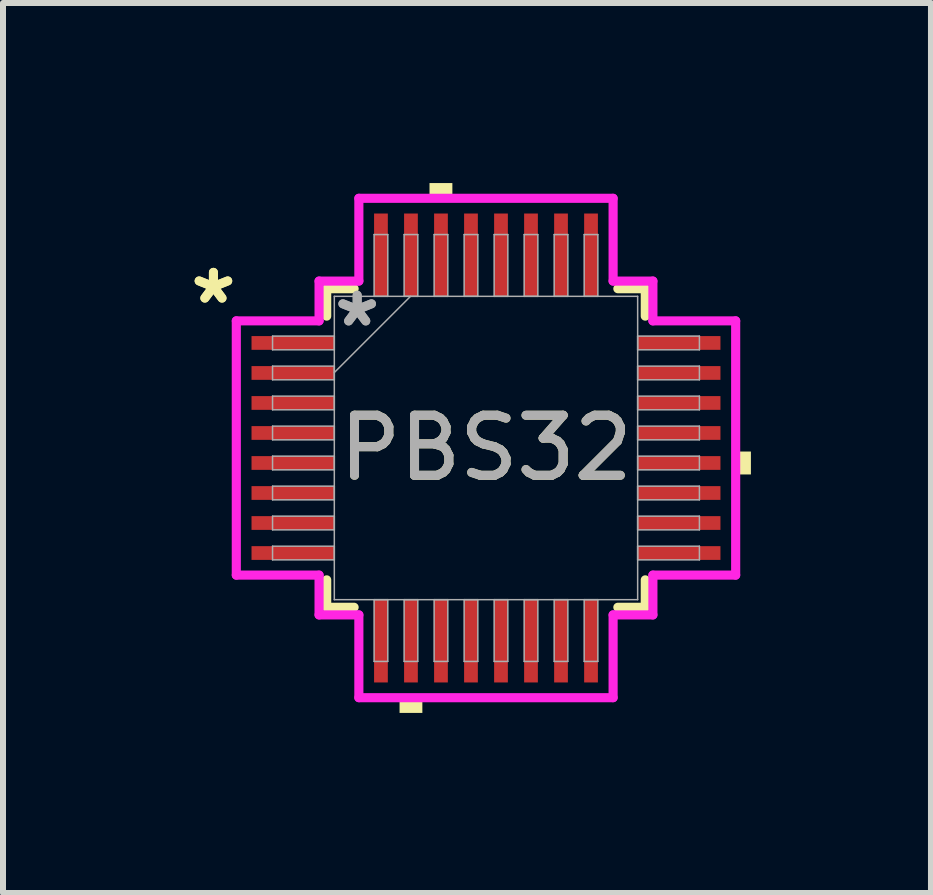
<source format=kicad_pcb>
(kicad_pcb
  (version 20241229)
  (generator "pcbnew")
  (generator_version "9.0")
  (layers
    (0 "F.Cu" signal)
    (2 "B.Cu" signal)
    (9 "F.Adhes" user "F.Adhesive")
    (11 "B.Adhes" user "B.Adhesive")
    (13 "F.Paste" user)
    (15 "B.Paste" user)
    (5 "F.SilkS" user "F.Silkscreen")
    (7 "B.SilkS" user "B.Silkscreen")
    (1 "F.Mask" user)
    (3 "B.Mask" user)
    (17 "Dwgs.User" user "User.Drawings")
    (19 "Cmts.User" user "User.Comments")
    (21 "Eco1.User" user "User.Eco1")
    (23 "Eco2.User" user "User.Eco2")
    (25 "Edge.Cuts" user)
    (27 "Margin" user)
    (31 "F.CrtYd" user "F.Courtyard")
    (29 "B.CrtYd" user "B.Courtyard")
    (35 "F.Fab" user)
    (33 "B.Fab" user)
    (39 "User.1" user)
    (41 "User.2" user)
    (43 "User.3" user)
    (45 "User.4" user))
  (footprint "PBS32"
    (layer "F.Cu")
    (at 5.047 4.414)
    (property "Reference" "PBS32" (at 0 0 0) (unlocked yes) (layer "F.SilkS") (effects (font (size 1 1) (thickness 0.15))))
    (attr smd)
    (fp_line (start -2.654 -2.654) (end -2.654 -2.197) (stroke (width 0.152) (type solid)) (layer "F.SilkS"))
    (fp_line (start -2.654 2.197) (end -2.654 2.654) (stroke (width 0.152) (type solid)) (layer "F.SilkS"))
    (fp_line (start -2.654 2.654) (end -2.197 2.654) (stroke (width 0.152) (type solid)) (layer "F.SilkS"))
    (fp_line (start -2.197 -2.654) (end -2.654 -2.654) (stroke (width 0.152) (type solid)) (layer "F.SilkS"))
    (fp_line (start 2.197 2.654) (end 2.654 2.654) (stroke (width 0.152) (type solid)) (layer "F.SilkS"))
    (fp_line (start 2.654 -2.654) (end 2.197 -2.654) (stroke (width 0.152) (type solid)) (layer "F.SilkS"))
    (fp_line (start 2.654 -2.197) (end 2.654 -2.654) (stroke (width 0.152) (type solid)) (layer "F.SilkS"))
    (fp_line (start 2.654 2.654) (end 2.654 2.197) (stroke (width 0.152) (type solid)) (layer "F.SilkS"))
    (fp_poly (pts (xy -1.44 4.16) (xy -1.44 4.414) (xy -1.06 4.414) (xy -1.06 4.16)) (stroke (width 0) (type solid)) (fill yes) (layer "F.SilkS"))
    (fp_poly (pts (xy -0.941 -4.16) (xy -0.941 -4.414) (xy -0.56 -4.414) (xy -0.56 -4.16)) (stroke (width 0) (type solid)) (fill yes) (layer "F.SilkS"))
    (fp_poly (pts (xy 4.414 0.059) (xy 4.414 0.441) (xy 4.16 0.441) (xy 4.16 0.059)) (stroke (width 0) (type solid)) (fill yes) (layer "F.SilkS"))
    (fp_line (start -4.16 -2.118) (end -2.781 -2.118) (stroke (width 0.152) (type solid)) (layer "F.CrtYd"))
    (fp_line (start -4.16 2.118) (end -4.16 -2.118) (stroke (width 0.152) (type solid)) (layer "F.CrtYd"))
    (fp_line (start -2.781 -2.781) (end -2.118 -2.781) (stroke (width 0.152) (type solid)) (layer "F.CrtYd"))
    (fp_line (start -2.781 -2.118) (end -2.781 -2.781) (stroke (width 0.152) (type solid)) (layer "F.CrtYd"))
    (fp_line (start -2.781 2.118) (end -4.16 2.118) (stroke (width 0.152) (type solid)) (layer "F.CrtYd"))
    (fp_line (start -2.781 2.781) (end -2.781 2.118) (stroke (width 0.152) (type solid)) (layer "F.CrtYd"))
    (fp_line (start -2.781 2.781) (end -2.118 2.781) (stroke (width 0.152) (type solid)) (layer "F.CrtYd"))
    (fp_line (start -2.118 -4.16) (end 2.118 -4.16) (stroke (width 0.152) (type solid)) (layer "F.CrtYd"))
    (fp_line (start -2.118 -2.781) (end -2.118 -4.16) (stroke (width 0.152) (type solid)) (layer "F.CrtYd"))
    (fp_line (start -2.118 2.781) (end -2.118 4.16) (stroke (width 0.152) (type solid)) (layer "F.CrtYd"))
    (fp_line (start -2.118 4.16) (end 2.118 4.16) (stroke (width 0.152) (type solid)) (layer "F.CrtYd"))
    (fp_line (start 2.118 -4.16) (end 2.118 -2.781) (stroke (width 0.152) (type solid)) (layer "F.CrtYd"))
    (fp_line (start 2.118 -2.781) (end 2.781 -2.781) (stroke (width 0.152) (type solid)) (layer "F.CrtYd"))
    (fp_line (start 2.118 2.781) (end 2.781 2.781) (stroke (width 0.152) (type solid)) (layer "F.CrtYd"))
    (fp_line (start 2.118 4.16) (end 2.118 2.781) (stroke (width 0.152) (type solid)) (layer "F.CrtYd"))
    (fp_line (start 2.781 -2.118) (end 2.781 -2.781) (stroke (width 0.152) (type solid)) (layer "F.CrtYd"))
    (fp_line (start 2.781 2.118) (end 4.16 2.118) (stroke (width 0.152) (type solid)) (layer "F.CrtYd"))
    (fp_line (start 2.781 2.781) (end 2.781 2.118) (stroke (width 0.152) (type solid)) (layer "F.CrtYd"))
    (fp_line (start 4.16 -2.118) (end 2.781 -2.118) (stroke (width 0.152) (type solid)) (layer "F.CrtYd"))
    (fp_line (start 4.16 2.118) (end 4.16 -2.118) (stroke (width 0.152) (type solid)) (layer "F.CrtYd"))
    (fp_line (start -3.556 -1.864) (end -3.556 -1.636) (stroke (width 0.025) (type solid)) (layer "F.Fab"))
    (fp_line (start -3.556 -1.636) (end -2.527 -1.636) (stroke (width 0.025) (type solid)) (layer "F.Fab"))
    (fp_line (start -3.556 -1.364) (end -3.556 -1.136) (stroke (width 0.025) (type solid)) (layer "F.Fab"))
    (fp_line (start -3.556 -1.136) (end -2.527 -1.136) (stroke (width 0.025) (type solid)) (layer "F.Fab"))
    (fp_line (start -3.556 -0.864) (end -3.556 -0.636) (stroke (width 0.025) (type solid)) (layer "F.Fab"))
    (fp_line (start -3.556 -0.636) (end -2.527 -0.636) (stroke (width 0.025) (type solid)) (layer "F.Fab"))
    (fp_line (start -3.556 -0.364) (end -3.556 -0.136) (stroke (width 0.025) (type solid)) (layer "F.Fab"))
    (fp_line (start -3.556 -0.136) (end -2.527 -0.136) (stroke (width 0.025) (type solid)) (layer "F.Fab"))
    (fp_line (start -3.556 0.136) (end -3.556 0.364) (stroke (width 0.025) (type solid)) (layer "F.Fab"))
    (fp_line (start -3.556 0.364) (end -2.527 0.364) (stroke (width 0.025) (type solid)) (layer "F.Fab"))
    (fp_line (start -3.556 0.636) (end -3.556 0.864) (stroke (width 0.025) (type solid)) (layer "F.Fab"))
    (fp_line (start -3.556 0.864) (end -2.527 0.864) (stroke (width 0.025) (type solid)) (layer "F.Fab"))
    (fp_line (start -3.556 1.136) (end -3.556 1.364) (stroke (width 0.025) (type solid)) (layer "F.Fab"))
    (fp_line (start -3.556 1.364) (end -2.527 1.364) (stroke (width 0.025) (type solid)) (layer "F.Fab"))
    (fp_line (start -3.556 1.636) (end -3.556 1.864) (stroke (width 0.025) (type solid)) (layer "F.Fab"))
    (fp_line (start -3.556 1.864) (end -2.527 1.864) (stroke (width 0.025) (type solid)) (layer "F.Fab"))
    (fp_line (start -2.527 -2.527) (end -2.527 2.527) (stroke (width 0.025) (type solid)) (layer "F.Fab"))
    (fp_line (start -2.527 -1.864) (end -3.556 -1.864) (stroke (width 0.025) (type solid)) (layer "F.Fab"))
    (fp_line (start -2.527 -1.636) (end -2.527 -1.864) (stroke (width 0.025) (type solid)) (layer "F.Fab"))
    (fp_line (start -2.527 -1.364) (end -3.556 -1.364) (stroke (width 0.025) (type solid)) (layer "F.Fab"))
    (fp_line (start -2.527 -1.257) (end -1.257 -2.527) (stroke (width 0.025) (type solid)) (layer "F.Fab"))
    (fp_line (start -2.527 -1.136) (end -2.527 -1.364) (stroke (width 0.025) (type solid)) (layer "F.Fab"))
    (fp_line (start -2.527 -0.864) (end -3.556 -0.864) (stroke (width 0.025) (type solid)) (layer "F.Fab"))
    (fp_line (start -2.527 -0.636) (end -2.527 -0.864) (stroke (width 0.025) (type solid)) (layer "F.Fab"))
    (fp_line (start -2.527 -0.364) (end -3.556 -0.364) (stroke (width 0.025) (type solid)) (layer "F.Fab"))
    (fp_line (start -2.527 -0.136) (end -2.527 -0.364) (stroke (width 0.025) (type solid)) (layer "F.Fab"))
    (fp_line (start -2.527 0.136) (end -3.556 0.136) (stroke (width 0.025) (type solid)) (layer "F.Fab"))
    (fp_line (start -2.527 0.364) (end -2.527 0.136) (stroke (width 0.025) (type solid)) (layer "F.Fab"))
    (fp_line (start -2.527 0.636) (end -3.556 0.636) (stroke (width 0.025) (type solid)) (layer "F.Fab"))
    (fp_line (start -2.527 0.864) (end -2.527 0.636) (stroke (width 0.025) (type solid)) (layer "F.Fab"))
    (fp_line (start -2.527 1.136) (end -3.556 1.136) (stroke (width 0.025) (type solid)) (layer "F.Fab"))
    (fp_line (start -2.527 1.364) (end -2.527 1.136) (stroke (width 0.025) (type solid)) (layer "F.Fab"))
    (fp_line (start -2.527 1.636) (end -3.556 1.636) (stroke (width 0.025) (type solid)) (layer "F.Fab"))
    (fp_line (start -2.527 1.864) (end -2.527 1.636) (stroke (width 0.025) (type solid)) (layer "F.Fab"))
    (fp_line (start -2.527 2.527) (end 2.527 2.527) (stroke (width 0.025) (type solid)) (layer "F.Fab"))
    (fp_line (start -1.864 -3.556) (end -1.864 -2.527) (stroke (width 0.025) (type solid)) (layer "F.Fab"))
    (fp_line (start -1.864 -2.527) (end -1.636 -2.527) (stroke (width 0.025) (type solid)) (layer "F.Fab"))
    (fp_line (start -1.864 2.527) (end -1.864 3.556) (stroke (width 0.025) (type solid)) (layer "F.Fab"))
    (fp_line (start -1.864 3.556) (end -1.636 3.556) (stroke (width 0.025) (type solid)) (layer "F.Fab"))
    (fp_line (start -1.636 -3.556) (end -1.864 -3.556) (stroke (width 0.025) (type solid)) (layer "F.Fab"))
    (fp_line (start -1.636 -2.527) (end -1.636 -3.556) (stroke (width 0.025) (type solid)) (layer "F.Fab"))
    (fp_line (start -1.636 2.527) (end -1.864 2.527) (stroke (width 0.025) (type solid)) (layer "F.Fab"))
    (fp_line (start -1.636 3.556) (end -1.636 2.527) (stroke (width 0.025) (type solid)) (layer "F.Fab"))
    (fp_line (start -1.364 -3.556) (end -1.364 -2.527) (stroke (width 0.025) (type solid)) (layer "F.Fab"))
    (fp_line (start -1.364 -2.527) (end -1.136 -2.527) (stroke (width 0.025) (type solid)) (layer "F.Fab"))
    (fp_line (start -1.364 2.527) (end -1.364 3.556) (stroke (width 0.025) (type solid)) (layer "F.Fab"))
    (fp_line (start -1.364 3.556) (end -1.136 3.556) (stroke (width 0.025) (type solid)) (layer "F.Fab"))
    (fp_line (start -1.136 -3.556) (end -1.364 -3.556) (stroke (width 0.025) (type solid)) (layer "F.Fab"))
    (fp_line (start -1.136 -2.527) (end -1.136 -3.556) (stroke (width 0.025) (type solid)) (layer "F.Fab"))
    (fp_line (start -1.136 2.527) (end -1.364 2.527) (stroke (width 0.025) (type solid)) (layer "F.Fab"))
    (fp_line (start -1.136 3.556) (end -1.136 2.527) (stroke (width 0.025) (type solid)) (layer "F.Fab"))
    (fp_line (start -0.864 -3.556) (end -0.864 -2.527) (stroke (width 0.025) (type solid)) (layer "F.Fab"))
    (fp_line (start -0.864 -2.527) (end -0.636 -2.527) (stroke (width 0.025) (type solid)) (layer "F.Fab"))
    (fp_line (start -0.864 2.527) (end -0.864 3.556) (stroke (width 0.025) (type solid)) (layer "F.Fab"))
    (fp_line (start -0.864 3.556) (end -0.636 3.556) (stroke (width 0.025) (type solid)) (layer "F.Fab"))
    (fp_line (start -0.636 -3.556) (end -0.864 -3.556) (stroke (width 0.025) (type solid)) (layer "F.Fab"))
    (fp_line (start -0.636 -2.527) (end -0.636 -3.556) (stroke (width 0.025) (type solid)) (layer "F.Fab"))
    (fp_line (start -0.636 2.527) (end -0.864 2.527) (stroke (width 0.025) (type solid)) (layer "F.Fab"))
    (fp_line (start -0.636 3.556) (end -0.636 2.527) (stroke (width 0.025) (type solid)) (layer "F.Fab"))
    (fp_line (start -0.364 -3.556) (end -0.364 -2.527) (stroke (width 0.025) (type solid)) (layer "F.Fab"))
    (fp_line (start -0.364 -2.527) (end -0.136 -2.527) (stroke (width 0.025) (type solid)) (layer "F.Fab"))
    (fp_line (start -0.364 2.527) (end -0.364 3.556) (stroke (width 0.025) (type solid)) (layer "F.Fab"))
    (fp_line (start -0.364 3.556) (end -0.136 3.556) (stroke (width 0.025) (type solid)) (layer "F.Fab"))
    (fp_line (start -0.136 -3.556) (end -0.364 -3.556) (stroke (width 0.025) (type solid)) (layer "F.Fab"))
    (fp_line (start -0.136 -2.527) (end -0.136 -3.556) (stroke (width 0.025) (type solid)) (layer "F.Fab"))
    (fp_line (start -0.136 2.527) (end -0.364 2.527) (stroke (width 0.025) (type solid)) (layer "F.Fab"))
    (fp_line (start -0.136 3.556) (end -0.136 2.527) (stroke (width 0.025) (type solid)) (layer "F.Fab"))
    (fp_line (start 0.136 -3.556) (end 0.136 -2.527) (stroke (width 0.025) (type solid)) (layer "F.Fab"))
    (fp_line (start 0.136 -2.527) (end 0.364 -2.527) (stroke (width 0.025) (type solid)) (layer "F.Fab"))
    (fp_line (start 0.136 2.527) (end 0.136 3.556) (stroke (width 0.025) (type solid)) (layer "F.Fab"))
    (fp_line (start 0.136 3.556) (end 0.364 3.556) (stroke (width 0.025) (type solid)) (layer "F.Fab"))
    (fp_line (start 0.364 -3.556) (end 0.136 -3.556) (stroke (width 0.025) (type solid)) (layer "F.Fab"))
    (fp_line (start 0.364 -2.527) (end 0.364 -3.556) (stroke (width 0.025) (type solid)) (layer "F.Fab"))
    (fp_line (start 0.364 2.527) (end 0.136 2.527) (stroke (width 0.025) (type solid)) (layer "F.Fab"))
    (fp_line (start 0.364 3.556) (end 0.364 2.527) (stroke (width 0.025) (type solid)) (layer "F.Fab"))
    (fp_line (start 0.636 -3.556) (end 0.636 -2.527) (stroke (width 0.025) (type solid)) (layer "F.Fab"))
    (fp_line (start 0.636 -2.527) (end 0.864 -2.527) (stroke (width 0.025) (type solid)) (layer "F.Fab"))
    (fp_line (start 0.636 2.527) (end 0.636 3.556) (stroke (width 0.025) (type solid)) (layer "F.Fab"))
    (fp_line (start 0.636 3.556) (end 0.864 3.556) (stroke (width 0.025) (type solid)) (layer "F.Fab"))
    (fp_line (start 0.864 -3.556) (end 0.636 -3.556) (stroke (width 0.025) (type solid)) (layer "F.Fab"))
    (fp_line (start 0.864 -2.527) (end 0.864 -3.556) (stroke (width 0.025) (type solid)) (layer "F.Fab"))
    (fp_line (start 0.864 2.527) (end 0.636 2.527) (stroke (width 0.025) (type solid)) (layer "F.Fab"))
    (fp_line (start 0.864 3.556) (end 0.864 2.527) (stroke (width 0.025) (type solid)) (layer "F.Fab"))
    (fp_line (start 1.136 -3.556) (end 1.136 -2.527) (stroke (width 0.025) (type solid)) (layer "F.Fab"))
    (fp_line (start 1.136 -2.527) (end 1.364 -2.527) (stroke (width 0.025) (type solid)) (layer "F.Fab"))
    (fp_line (start 1.136 2.527) (end 1.136 3.556) (stroke (width 0.025) (type solid)) (layer "F.Fab"))
    (fp_line (start 1.136 3.556) (end 1.364 3.556) (stroke (width 0.025) (type solid)) (layer "F.Fab"))
    (fp_line (start 1.364 -3.556) (end 1.136 -3.556) (stroke (width 0.025) (type solid)) (layer "F.Fab"))
    (fp_line (start 1.364 -2.527) (end 1.364 -3.556) (stroke (width 0.025) (type solid)) (layer "F.Fab"))
    (fp_line (start 1.364 2.527) (end 1.136 2.527) (stroke (width 0.025) (type solid)) (layer "F.Fab"))
    (fp_line (start 1.364 3.556) (end 1.364 2.527) (stroke (width 0.025) (type solid)) (layer "F.Fab"))
    (fp_line (start 1.636 -3.556) (end 1.636 -2.527) (stroke (width 0.025) (type solid)) (layer "F.Fab"))
    (fp_line (start 1.636 -2.527) (end 1.864 -2.527) (stroke (width 0.025) (type solid)) (layer "F.Fab"))
    (fp_line (start 1.636 2.527) (end 1.636 3.556) (stroke (width 0.025) (type solid)) (layer "F.Fab"))
    (fp_line (start 1.636 3.556) (end 1.864 3.556) (stroke (width 0.025) (type solid)) (layer "F.Fab"))
    (fp_line (start 1.864 -3.556) (end 1.636 -3.556) (stroke (width 0.025) (type solid)) (layer "F.Fab"))
    (fp_line (start 1.864 -2.527) (end 1.864 -3.556) (stroke (width 0.025) (type solid)) (layer "F.Fab"))
    (fp_line (start 1.864 2.527) (end 1.636 2.527) (stroke (width 0.025) (type solid)) (layer "F.Fab"))
    (fp_line (start 1.864 3.556) (end 1.864 2.527) (stroke (width 0.025) (type solid)) (layer "F.Fab"))
    (fp_line (start 2.527 -2.527) (end -2.527 -2.527) (stroke (width 0.025) (type solid)) (layer "F.Fab"))
    (fp_line (start 2.527 -1.864) (end 2.527 -1.636) (stroke (width 0.025) (type solid)) (layer "F.Fab"))
    (fp_line (start 2.527 -1.636) (end 3.556 -1.636) (stroke (width 0.025) (type solid)) (layer "F.Fab"))
    (fp_line (start 2.527 -1.364) (end 2.527 -1.136) (stroke (width 0.025) (type solid)) (layer "F.Fab"))
    (fp_line (start 2.527 -1.136) (end 3.556 -1.136) (stroke (width 0.025) (type solid)) (layer "F.Fab"))
    (fp_line (start 2.527 -0.864) (end 2.527 -0.636) (stroke (width 0.025) (type solid)) (layer "F.Fab"))
    (fp_line (start 2.527 -0.636) (end 3.556 -0.636) (stroke (width 0.025) (type solid)) (layer "F.Fab"))
    (fp_line (start 2.527 -0.364) (end 2.527 -0.136) (stroke (width 0.025) (type solid)) (layer "F.Fab"))
    (fp_line (start 2.527 -0.136) (end 3.556 -0.136) (stroke (width 0.025) (type solid)) (layer "F.Fab"))
    (fp_line (start 2.527 0.136) (end 2.527 0.364) (stroke (width 0.025) (type solid)) (layer "F.Fab"))
    (fp_line (start 2.527 0.364) (end 3.556 0.364) (stroke (width 0.025) (type solid)) (layer "F.Fab"))
    (fp_line (start 2.527 0.636) (end 2.527 0.864) (stroke (width 0.025) (type solid)) (layer "F.Fab"))
    (fp_line (start 2.527 0.864) (end 3.556 0.864) (stroke (width 0.025) (type solid)) (layer "F.Fab"))
    (fp_line (start 2.527 1.136) (end 2.527 1.364) (stroke (width 0.025) (type solid)) (layer "F.Fab"))
    (fp_line (start 2.527 1.364) (end 3.556 1.364) (stroke (width 0.025) (type solid)) (layer "F.Fab"))
    (fp_line (start 2.527 1.636) (end 2.527 1.864) (stroke (width 0.025) (type solid)) (layer "F.Fab"))
    (fp_line (start 2.527 1.864) (end 3.556 1.864) (stroke (width 0.025) (type solid)) (layer "F.Fab"))
    (fp_line (start 2.527 2.527) (end 2.527 -2.527) (stroke (width 0.025) (type solid)) (layer "F.Fab"))
    (fp_line (start 3.556 -1.864) (end 2.527 -1.864) (stroke (width 0.025) (type solid)) (layer "F.Fab"))
    (fp_line (start 3.556 -1.636) (end 3.556 -1.864) (stroke (width 0.025) (type solid)) (layer "F.Fab"))
    (fp_line (start 3.556 -1.364) (end 2.527 -1.364) (stroke (width 0.025) (type solid)) (layer "F.Fab"))
    (fp_line (start 3.556 -1.136) (end 3.556 -1.364) (stroke (width 0.025) (type solid)) (layer "F.Fab"))
    (fp_line (start 3.556 -0.864) (end 2.527 -0.864) (stroke (width 0.025) (type solid)) (layer "F.Fab"))
    (fp_line (start 3.556 -0.636) (end 3.556 -0.864) (stroke (width 0.025) (type solid)) (layer "F.Fab"))
    (fp_line (start 3.556 -0.364) (end 2.527 -0.364) (stroke (width 0.025) (type solid)) (layer "F.Fab"))
    (fp_line (start 3.556 -0.136) (end 3.556 -0.364) (stroke (width 0.025) (type solid)) (layer "F.Fab"))
    (fp_line (start 3.556 0.136) (end 2.527 0.136) (stroke (width 0.025) (type solid)) (layer "F.Fab"))
    (fp_line (start 3.556 0.364) (end 3.556 0.136) (stroke (width 0.025) (type solid)) (layer "F.Fab"))
    (fp_line (start 3.556 0.636) (end 2.527 0.636) (stroke (width 0.025) (type solid)) (layer "F.Fab"))
    (fp_line (start 3.556 0.864) (end 3.556 0.636) (stroke (width 0.025) (type solid)) (layer "F.Fab"))
    (fp_line (start 3.556 1.136) (end 2.527 1.136) (stroke (width 0.025) (type solid)) (layer "F.Fab"))
    (fp_line (start 3.556 1.364) (end 3.556 1.136) (stroke (width 0.025) (type solid)) (layer "F.Fab"))
    (fp_line (start 3.556 1.636) (end 2.527 1.636) (stroke (width 0.025) (type solid)) (layer "F.Fab"))
    (fp_line (start 3.556 1.864) (end 3.556 1.636) (stroke (width 0.025) (type solid)) (layer "F.Fab"))
    (fp_text user "*" (at -4.541 -2.381 0) (unlocked yes) (layer "F.SilkS") (effects (font (size 1 1) (thickness 0.15))))
    (fp_text user "*" (at -4.541 -2.381 0) (layer "F.SilkS") (effects (font (size 1 1) (thickness 0.15))))
    (fp_text user "${REFERENCE}" (at 0 0 0) (unlocked yes) (layer "F.Fab") (effects (font (size 1 1) (thickness 0.15))))
    (fp_text user "*" (at -2.146 -2 0) (unlocked yes) (layer "F.Fab") (effects (font (size 1 1) (thickness 0.15))))
    (fp_text user "*" (at -2.146 -2 0) (layer "F.Fab") (effects (font (size 1 1) (thickness 0.15))))
    (pad "1" smd rect (at -3.217 -1.75 90) (size 0.229 1.379) (layers "F.Cu" "F.Mask" "F.Paste"))
    (pad "2" smd rect (at -3.217 -1.25 90) (size 0.229 1.379) (layers "F.Cu" "F.Mask" "F.Paste"))
    (pad "3" smd rect (at -3.217 -0.75 90) (size 0.229 1.379) (layers "F.Cu" "F.Mask" "F.Paste"))
    (pad "4" smd rect (at -3.217 -0.25 90) (size 0.229 1.379) (layers "F.Cu" "F.Mask" "F.Paste"))
    (pad "5" smd rect (at -3.217 0.25 90) (size 0.229 1.379) (layers "F.Cu" "F.Mask" "F.Paste"))
    (pad "6" smd rect (at -3.217 0.75 90) (size 0.229 1.379) (layers "F.Cu" "F.Mask" "F.Paste"))
    (pad "7" smd rect (at -3.217 1.25 90) (size 0.229 1.379) (layers "F.Cu" "F.Mask" "F.Paste"))
    (pad "8" smd rect (at -3.217 1.75 90) (size 0.229 1.379) (layers "F.Cu" "F.Mask" "F.Paste"))
    (pad "9" smd rect (at -1.75 3.217) (size 0.229 1.379) (layers "F.Cu" "F.Mask" "F.Paste"))
    (pad "10" smd rect (at -1.25 3.217) (size 0.229 1.379) (layers "F.Cu" "F.Mask" "F.Paste"))
    (pad "11" smd rect (at -0.75 3.217) (size 0.229 1.379) (layers "F.Cu" "F.Mask" "F.Paste"))
    (pad "12" smd rect (at -0.25 3.217) (size 0.229 1.379) (layers "F.Cu" "F.Mask" "F.Paste"))
    (pad "13" smd rect (at 0.25 3.217) (size 0.229 1.379) (layers "F.Cu" "F.Mask" "F.Paste"))
    (pad "14" smd rect (at 0.75 3.217) (size 0.229 1.379) (layers "F.Cu" "F.Mask" "F.Paste"))
    (pad "15" smd rect (at 1.25 3.217) (size 0.229 1.379) (layers "F.Cu" "F.Mask" "F.Paste"))
    (pad "16" smd rect (at 1.75 3.217) (size 0.229 1.379) (layers "F.Cu" "F.Mask" "F.Paste"))
    (pad "17" smd rect (at 3.217 1.75 90) (size 0.229 1.379) (layers "F.Cu" "F.Mask" "F.Paste"))
    (pad "18" smd rect (at 3.217 1.25 90) (size 0.229 1.379) (layers "F.Cu" "F.Mask" "F.Paste"))
    (pad "19" smd rect (at 3.217 0.75 90) (size 0.229 1.379) (layers "F.Cu" "F.Mask" "F.Paste"))
    (pad "20" smd rect (at 3.217 0.25 90) (size 0.229 1.379) (layers "F.Cu" "F.Mask" "F.Paste"))
    (pad "21" smd rect (at 3.217 -0.25 90) (size 0.229 1.379) (layers "F.Cu" "F.Mask" "F.Paste"))
    (pad "22" smd rect (at 3.217 -0.75 90) (size 0.229 1.379) (layers "F.Cu" "F.Mask" "F.Paste"))
    (pad "23" smd rect (at 3.217 -1.25 90) (size 0.229 1.379) (layers "F.Cu" "F.Mask" "F.Paste"))
    (pad "24" smd rect (at 3.217 -1.75 90) (size 0.229 1.379) (layers "F.Cu" "F.Mask" "F.Paste"))
    (pad "25" smd rect (at 1.75 -3.217) (size 0.229 1.379) (layers "F.Cu" "F.Mask" "F.Paste"))
    (pad "26" smd rect (at 1.25 -3.217) (size 0.229 1.379) (layers "F.Cu" "F.Mask" "F.Paste"))
    (pad "27" smd rect (at 0.75 -3.217) (size 0.229 1.379) (layers "F.Cu" "F.Mask" "F.Paste"))
    (pad "28" smd rect (at 0.25 -3.217) (size 0.229 1.379) (layers "F.Cu" "F.Mask" "F.Paste"))
    (pad "29" smd rect (at -0.25 -3.217) (size 0.229 1.379) (layers "F.Cu" "F.Mask" "F.Paste"))
    (pad "30" smd rect (at -0.75 -3.217) (size 0.229 1.379) (layers "F.Cu" "F.Mask" "F.Paste"))
    (pad "31" smd rect (at -1.25 -3.217) (size 0.229 1.379) (layers "F.Cu" "F.Mask" "F.Paste"))
    (pad "32" smd rect (at -1.75 -3.217) (size 0.229 1.379) (layers "F.Cu" "F.Mask" "F.Paste")))
  (gr_rect
    (start -3 -3)
    (end 12.461 11.828)
    (stroke (width 0.1) (type default))
    (fill no)
    (layer "Edge.Cuts")))
</source>
